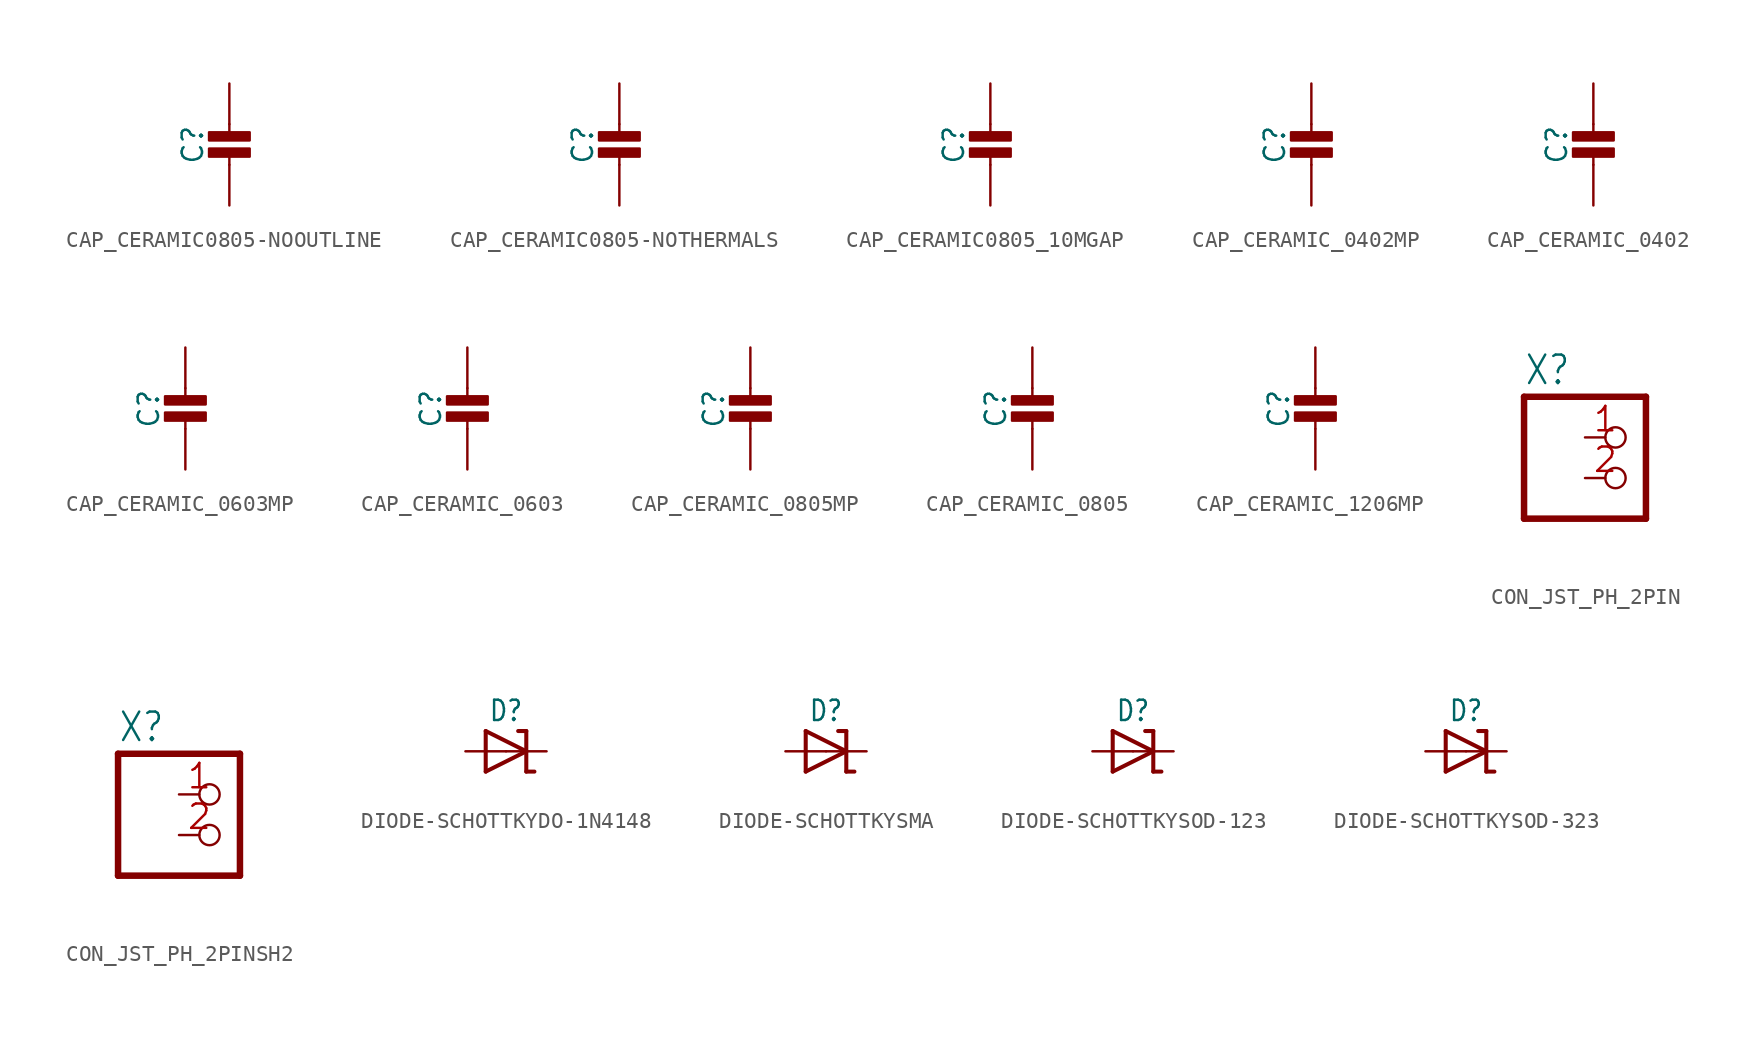
<source format=kicad_sym>
(kicad_symbol_lib
  (version 20241209)
  (generator "kicad_symbol_editor")
  (generator_version "9.0")
  (symbol "CAP_CERAMIC0805-NOOUTLINE"
    (property "Reference" "C"
      (at -2.29 1.25 90)
      (effects (font (size 1.27 1.27))))
    (property "Value" ""
      (at 2.3 1.25 90)
      (effects (font (size 1.27 1.27))))
    (property "ki_locked" ""
      (at 0 0 0)
      (effects (font (size 1.27 1.27))))
    (symbol "CAP_CERAMIC0805-NOOUTLINE_1_0"
      (rectangle (start -1.27 1.524) (end 1.27 2.032) (stroke (width 0) (type default)) (fill (type outline)))
      (rectangle (start -1.27 0.508) (end 1.27 1.016) (stroke (width 0) (type default)) (fill (type outline)))
      (polyline (pts (xy 0 2.54) (xy 0 1.778)) (stroke (width 0.152) (type solid)) (fill (type none)))
      (polyline (pts (xy 0 0.762) (xy 0 0)) (stroke (width 0.152) (type solid)) (fill (type none)))
      (pin passive line (at 0 5.08 270) (length 2.54) (name "1" (effects (font (size 0 0)))) (number "1" (effects (font (size 0 0)))))
      (pin passive line (at 0 -2.54 90) (length 2.54) (name "2" (effects (font (size 0 0)))) (number "2" (effects (font (size 0 0)))))))
  (symbol "CAP_CERAMIC0805-NOTHERMALS"
    (property "Reference" "C"
      (at -2.29 1.25 90)
      (effects (font (size 1.27 1.27))))
    (property "Value" ""
      (at 2.3 1.25 90)
      (effects (font (size 1.27 1.27))))
    (property "ki_locked" ""
      (at 0 0 0)
      (effects (font (size 1.27 1.27))))
    (symbol "CAP_CERAMIC0805-NOTHERMALS_1_0"
      (rectangle (start -1.27 1.524) (end 1.27 2.032) (stroke (width 0) (type default)) (fill (type outline)))
      (rectangle (start -1.27 0.508) (end 1.27 1.016) (stroke (width 0) (type default)) (fill (type outline)))
      (polyline (pts (xy 0 2.54) (xy 0 1.778)) (stroke (width 0.152) (type solid)) (fill (type none)))
      (polyline (pts (xy 0 0.762) (xy 0 0)) (stroke (width 0.152) (type solid)) (fill (type none)))
      (pin passive line (at 0 5.08 270) (length 2.54) (name "1" (effects (font (size 0 0)))) (number "1" (effects (font (size 0 0)))))
      (pin passive line (at 0 -2.54 90) (length 2.54) (name "2" (effects (font (size 0 0)))) (number "2" (effects (font (size 0 0)))))))
  (symbol "CAP_CERAMIC0805_10MGAP"
    (property "Reference" "C"
      (at -2.29 1.25 90)
      (effects (font (size 1.27 1.27))))
    (property "Value" ""
      (at 2.3 1.25 90)
      (effects (font (size 1.27 1.27))))
    (property "ki_locked" ""
      (at 0 0 0)
      (effects (font (size 1.27 1.27))))
    (symbol "CAP_CERAMIC0805_10MGAP_1_0"
      (rectangle (start -1.27 1.524) (end 1.27 2.032) (stroke (width 0) (type default)) (fill (type outline)))
      (rectangle (start -1.27 0.508) (end 1.27 1.016) (stroke (width 0) (type default)) (fill (type outline)))
      (polyline (pts (xy 0 2.54) (xy 0 1.778)) (stroke (width 0.152) (type solid)) (fill (type none)))
      (polyline (pts (xy 0 0.762) (xy 0 0)) (stroke (width 0.152) (type solid)) (fill (type none)))
      (pin passive line (at 0 5.08 270) (length 2.54) (name "1" (effects (font (size 0 0)))) (number "1" (effects (font (size 0 0)))))
      (pin passive line (at 0 -2.54 90) (length 2.54) (name "2" (effects (font (size 0 0)))) (number "2" (effects (font (size 0 0)))))))
  (symbol "CAP_CERAMIC_0402MP"
    (property "Reference" "C"
      (at -2.29 1.25 90)
      (effects (font (size 1.27 1.27))))
    (property "Value" ""
      (at 2.3 1.25 90)
      (effects (font (size 1.27 1.27))))
    (property "ki_locked" ""
      (at 0 0 0)
      (effects (font (size 1.27 1.27))))
    (symbol "CAP_CERAMIC_0402MP_1_0"
      (rectangle (start -1.27 1.524) (end 1.27 2.032) (stroke (width 0) (type default)) (fill (type outline)))
      (rectangle (start -1.27 0.508) (end 1.27 1.016) (stroke (width 0) (type default)) (fill (type outline)))
      (polyline (pts (xy 0 2.54) (xy 0 1.778)) (stroke (width 0.152) (type solid)) (fill (type none)))
      (polyline (pts (xy 0 0.762) (xy 0 0)) (stroke (width 0.152) (type solid)) (fill (type none)))
      (pin passive line (at 0 5.08 270) (length 2.54) (name "1" (effects (font (size 0 0)))) (number "1" (effects (font (size 0 0)))))
      (pin passive line (at 0 -2.54 90) (length 2.54) (name "2" (effects (font (size 0 0)))) (number "2" (effects (font (size 0 0)))))))
  (symbol "CAP_CERAMIC_0402"
    (property "Reference" "C"
      (at -2.29 1.25 90)
      (effects (font (size 1.27 1.27))))
    (property "Value" ""
      (at 2.3 1.25 90)
      (effects (font (size 1.27 1.27))))
    (property "ki_locked" ""
      (at 0 0 0)
      (effects (font (size 1.27 1.27))))
    (symbol "CAP_CERAMIC_0402_1_0"
      (rectangle (start -1.27 1.524) (end 1.27 2.032) (stroke (width 0) (type default)) (fill (type outline)))
      (rectangle (start -1.27 0.508) (end 1.27 1.016) (stroke (width 0) (type default)) (fill (type outline)))
      (polyline (pts (xy 0 2.54) (xy 0 1.778)) (stroke (width 0.152) (type solid)) (fill (type none)))
      (polyline (pts (xy 0 0.762) (xy 0 0)) (stroke (width 0.152) (type solid)) (fill (type none)))
      (pin passive line (at 0 5.08 270) (length 2.54) (name "1" (effects (font (size 0 0)))) (number "1" (effects (font (size 0 0)))))
      (pin passive line (at 0 -2.54 90) (length 2.54) (name "2" (effects (font (size 0 0)))) (number "2" (effects (font (size 0 0)))))))
  (symbol "CAP_CERAMIC_0603MP"
    (property "Reference" "C"
      (at -2.29 1.25 90)
      (effects (font (size 1.27 1.27))))
    (property "Value" ""
      (at 2.3 1.25 90)
      (effects (font (size 1.27 1.27))))
    (property "ki_locked" ""
      (at 0 0 0)
      (effects (font (size 1.27 1.27))))
    (symbol "CAP_CERAMIC_0603MP_1_0"
      (rectangle (start -1.27 1.524) (end 1.27 2.032) (stroke (width 0) (type default)) (fill (type outline)))
      (rectangle (start -1.27 0.508) (end 1.27 1.016) (stroke (width 0) (type default)) (fill (type outline)))
      (polyline (pts (xy 0 2.54) (xy 0 1.778)) (stroke (width 0.152) (type solid)) (fill (type none)))
      (polyline (pts (xy 0 0.762) (xy 0 0)) (stroke (width 0.152) (type solid)) (fill (type none)))
      (pin passive line (at 0 5.08 270) (length 2.54) (name "1" (effects (font (size 0 0)))) (number "1" (effects (font (size 0 0)))))
      (pin passive line (at 0 -2.54 90) (length 2.54) (name "2" (effects (font (size 0 0)))) (number "2" (effects (font (size 0 0)))))))
  (symbol "CAP_CERAMIC_0603"
    (property "Reference" "C"
      (at -2.29 1.25 90)
      (effects (font (size 1.27 1.27))))
    (property "Value" ""
      (at 2.3 1.25 90)
      (effects (font (size 1.27 1.27))))
    (property "ki_locked" ""
      (at 0 0 0)
      (effects (font (size 1.27 1.27))))
    (symbol "CAP_CERAMIC_0603_1_0"
      (rectangle (start -1.27 1.524) (end 1.27 2.032) (stroke (width 0) (type default)) (fill (type outline)))
      (rectangle (start -1.27 0.508) (end 1.27 1.016) (stroke (width 0) (type default)) (fill (type outline)))
      (polyline (pts (xy 0 2.54) (xy 0 1.778)) (stroke (width 0.152) (type solid)) (fill (type none)))
      (polyline (pts (xy 0 0.762) (xy 0 0)) (stroke (width 0.152) (type solid)) (fill (type none)))
      (pin passive line (at 0 5.08 270) (length 2.54) (name "1" (effects (font (size 0 0)))) (number "1" (effects (font (size 0 0)))))
      (pin passive line (at 0 -2.54 90) (length 2.54) (name "2" (effects (font (size 0 0)))) (number "2" (effects (font (size 0 0)))))))
  (symbol "CAP_CERAMIC_0805MP"
    (property "Reference" "C"
      (at -2.29 1.25 90)
      (effects (font (size 1.27 1.27))))
    (property "Value" ""
      (at 2.3 1.25 90)
      (effects (font (size 1.27 1.27))))
    (property "ki_locked" ""
      (at 0 0 0)
      (effects (font (size 1.27 1.27))))
    (symbol "CAP_CERAMIC_0805MP_1_0"
      (rectangle (start -1.27 1.524) (end 1.27 2.032) (stroke (width 0) (type default)) (fill (type outline)))
      (rectangle (start -1.27 0.508) (end 1.27 1.016) (stroke (width 0) (type default)) (fill (type outline)))
      (polyline (pts (xy 0 2.54) (xy 0 1.778)) (stroke (width 0.152) (type solid)) (fill (type none)))
      (polyline (pts (xy 0 0.762) (xy 0 0)) (stroke (width 0.152) (type solid)) (fill (type none)))
      (pin passive line (at 0 5.08 270) (length 2.54) (name "1" (effects (font (size 0 0)))) (number "1" (effects (font (size 0 0)))))
      (pin passive line (at 0 -2.54 90) (length 2.54) (name "2" (effects (font (size 0 0)))) (number "2" (effects (font (size 0 0)))))))
  (symbol "CAP_CERAMIC_0805"
    (property "Reference" "C"
      (at -2.29 1.25 90)
      (effects (font (size 1.27 1.27))))
    (property "Value" ""
      (at 2.3 1.25 90)
      (effects (font (size 1.27 1.27))))
    (property "ki_locked" ""
      (at 0 0 0)
      (effects (font (size 1.27 1.27))))
    (symbol "CAP_CERAMIC_0805_1_0"
      (rectangle (start -1.27 1.524) (end 1.27 2.032) (stroke (width 0) (type default)) (fill (type outline)))
      (rectangle (start -1.27 0.508) (end 1.27 1.016) (stroke (width 0) (type default)) (fill (type outline)))
      (polyline (pts (xy 0 2.54) (xy 0 1.778)) (stroke (width 0.152) (type solid)) (fill (type none)))
      (polyline (pts (xy 0 0.762) (xy 0 0)) (stroke (width 0.152) (type solid)) (fill (type none)))
      (pin passive line (at 0 5.08 270) (length 2.54) (name "1" (effects (font (size 0 0)))) (number "1" (effects (font (size 0 0)))))
      (pin passive line (at 0 -2.54 90) (length 2.54) (name "2" (effects (font (size 0 0)))) (number "2" (effects (font (size 0 0)))))))
  (symbol "CAP_CERAMIC_1206MP"
    (property "Reference" "C"
      (at -2.29 1.25 90)
      (effects (font (size 1.27 1.27))))
    (property "Value" ""
      (at 2.3 1.25 90)
      (effects (font (size 1.27 1.27))))
    (property "ki_locked" ""
      (at 0 0 0)
      (effects (font (size 1.27 1.27))))
    (symbol "CAP_CERAMIC_1206MP_1_0"
      (rectangle (start -1.27 1.524) (end 1.27 2.032) (stroke (width 0) (type default)) (fill (type outline)))
      (rectangle (start -1.27 0.508) (end 1.27 1.016) (stroke (width 0) (type default)) (fill (type outline)))
      (polyline (pts (xy 0 2.54) (xy 0 1.778)) (stroke (width 0.152) (type solid)) (fill (type none)))
      (polyline (pts (xy 0 0.762) (xy 0 0)) (stroke (width 0.152) (type solid)) (fill (type none)))
      (pin passive line (at 0 5.08 270) (length 2.54) (name "1" (effects (font (size 0 0)))) (number "1" (effects (font (size 0 0)))))
      (pin passive line (at 0 -2.54 90) (length 2.54) (name "2" (effects (font (size 0 0)))) (number "2" (effects (font (size 0 0)))))))
  (symbol "CON_JST_PH_2PIN"
    (property "Reference" "X"
      (at -6.35 5.715 0)
      (effects (font (size 1.778 1.511)) (justify left bottom)))
    (property "Value" ""
      (at -6.35 -5.08 0)
      (effects (font (size 1.778 1.511)) (justify left bottom)))
    (property "ki_locked" ""
      (at 0 0 0)
      (effects (font (size 1.27 1.27))))
    (symbol "CON_JST_PH_2PIN_1_0"
      (polyline (pts (xy -6.35 5.08) (xy -6.35 -2.54)) (stroke (width 0.406) (type solid)) (fill (type none)))
      (polyline (pts (xy -6.35 -2.54) (xy 1.27 -2.54)) (stroke (width 0.406) (type solid)) (fill (type none)))
      (polyline (pts (xy 1.27 5.08) (xy -6.35 5.08)) (stroke (width 0.406) (type solid)) (fill (type none)))
      (polyline (pts (xy 1.27 -2.54) (xy 1.27 5.08)) (stroke (width 0.406) (type solid)) (fill (type none)))
      (pin passive inverted (at -2.54 2.54 0) (length 2.54) (name "1" (effects (font (size 0 0)))) (number "1" (effects (font (size 1.524 1.524)))))
      (pin passive inverted (at -2.54 0 0) (length 2.54) (name "2" (effects (font (size 0 0)))) (number "2" (effects (font (size 1.524 1.524)))))))
  (symbol "CON_JST_PH_2PINSH2"
    (property "Reference" "X"
      (at -6.35 5.715 0)
      (effects (font (size 1.778 1.511)) (justify left bottom)))
    (property "Value" ""
      (at -6.35 -5.08 0)
      (effects (font (size 1.778 1.511)) (justify left bottom)))
    (property "ki_locked" ""
      (at 0 0 0)
      (effects (font (size 1.27 1.27))))
    (symbol "CON_JST_PH_2PINSH2_1_0"
      (polyline (pts (xy -6.35 5.08) (xy -6.35 -2.54)) (stroke (width 0.406) (type solid)) (fill (type none)))
      (polyline (pts (xy -6.35 -2.54) (xy 1.27 -2.54)) (stroke (width 0.406) (type solid)) (fill (type none)))
      (polyline (pts (xy 1.27 5.08) (xy -6.35 5.08)) (stroke (width 0.406) (type solid)) (fill (type none)))
      (polyline (pts (xy 1.27 -2.54) (xy 1.27 5.08)) (stroke (width 0.406) (type solid)) (fill (type none)))
      (pin passive inverted (at -2.54 2.54 0) (length 2.54) (name "1" (effects (font (size 0 0)))) (number "1" (effects (font (size 1.524 1.524)))))
      (pin passive inverted (at -2.54 0 0) (length 2.54) (name "2" (effects (font (size 0 0)))) (number "2" (effects (font (size 1.524 1.524)))))))
  (symbol "DIODE-SCHOTTKYDO-1N4148"
    (property "Reference" "D"
      (at 0 2.54 0)
      (effects (font (size 1.27 1.079))))
    (property "Value" ""
      (at 0 -2.5 0)
      (effects (font (size 1.27 1.079))))
    (property "ki_locked" ""
      (at 0 0 0)
      (effects (font (size 1.27 1.27))))
    (symbol "DIODE-SCHOTTKYDO-1N4148_1_0"
      (polyline (pts (xy -1.27 1.27) (xy -1.27 -1.27)) (stroke (width 0.254) (type solid)) (fill (type none)))
      (polyline (pts (xy -1.27 -1.27) (xy 1.27 0)) (stroke (width 0.254) (type solid)) (fill (type none)))
      (polyline (pts (xy 1.27 1.27) (xy 0.762 1.27)) (stroke (width 0.254) (type solid)) (fill (type none)))
      (polyline (pts (xy 1.27 1.27) (xy 1.27 0)) (stroke (width 0.254) (type solid)) (fill (type none)))
      (polyline (pts (xy 1.27 0) (xy -1.27 1.27)) (stroke (width 0.254) (type solid)) (fill (type none)))
      (polyline (pts (xy 1.27 0) (xy 1.27 -1.27)) (stroke (width 0.254) (type solid)) (fill (type none)))
      (polyline (pts (xy 1.27 -1.27) (xy 1.778 -1.27)) (stroke (width 0.254) (type solid)) (fill (type none)))
      (pin passive line (at -2.54 0 0) (length 2.54) (name "A" (effects (font (size 0 0)))) (number "A" (effects (font (size 0 0)))))
      (pin passive line (at 2.54 0 180) (length 2.54) (name "C" (effects (font (size 0 0)))) (number "C" (effects (font (size 0 0)))))))
  (symbol "DIODE-SCHOTTKYSMA"
    (property "Reference" "D"
      (at 0 2.54 0)
      (effects (font (size 1.27 1.079))))
    (property "Value" ""
      (at 0 -2.5 0)
      (effects (font (size 1.27 1.079))))
    (property "ki_locked" ""
      (at 0 0 0)
      (effects (font (size 1.27 1.27))))
    (symbol "DIODE-SCHOTTKYSMA_1_0"
      (polyline (pts (xy -1.27 1.27) (xy -1.27 -1.27)) (stroke (width 0.254) (type solid)) (fill (type none)))
      (polyline (pts (xy -1.27 -1.27) (xy 1.27 0)) (stroke (width 0.254) (type solid)) (fill (type none)))
      (polyline (pts (xy 1.27 1.27) (xy 0.762 1.27)) (stroke (width 0.254) (type solid)) (fill (type none)))
      (polyline (pts (xy 1.27 1.27) (xy 1.27 0)) (stroke (width 0.254) (type solid)) (fill (type none)))
      (polyline (pts (xy 1.27 0) (xy -1.27 1.27)) (stroke (width 0.254) (type solid)) (fill (type none)))
      (polyline (pts (xy 1.27 0) (xy 1.27 -1.27)) (stroke (width 0.254) (type solid)) (fill (type none)))
      (polyline (pts (xy 1.27 -1.27) (xy 1.778 -1.27)) (stroke (width 0.254) (type solid)) (fill (type none)))
      (pin passive line (at -2.54 0 0) (length 2.54) (name "A" (effects (font (size 0 0)))) (number "A" (effects (font (size 0 0)))))
      (pin passive line (at 2.54 0 180) (length 2.54) (name "C" (effects (font (size 0 0)))) (number "C" (effects (font (size 0 0)))))))
  (symbol "DIODE-SCHOTTKYSOD-123"
    (property "Reference" "D"
      (at 0 2.54 0)
      (effects (font (size 1.27 1.079))))
    (property "Value" ""
      (at 0 -2.5 0)
      (effects (font (size 1.27 1.079))))
    (property "ki_locked" ""
      (at 0 0 0)
      (effects (font (size 1.27 1.27))))
    (symbol "DIODE-SCHOTTKYSOD-123_1_0"
      (polyline (pts (xy -1.27 1.27) (xy -1.27 -1.27)) (stroke (width 0.254) (type solid)) (fill (type none)))
      (polyline (pts (xy -1.27 -1.27) (xy 1.27 0)) (stroke (width 0.254) (type solid)) (fill (type none)))
      (polyline (pts (xy 1.27 1.27) (xy 0.762 1.27)) (stroke (width 0.254) (type solid)) (fill (type none)))
      (polyline (pts (xy 1.27 1.27) (xy 1.27 0)) (stroke (width 0.254) (type solid)) (fill (type none)))
      (polyline (pts (xy 1.27 0) (xy -1.27 1.27)) (stroke (width 0.254) (type solid)) (fill (type none)))
      (polyline (pts (xy 1.27 0) (xy 1.27 -1.27)) (stroke (width 0.254) (type solid)) (fill (type none)))
      (polyline (pts (xy 1.27 -1.27) (xy 1.778 -1.27)) (stroke (width 0.254) (type solid)) (fill (type none)))
      (pin passive line (at -2.54 0 0) (length 2.54) (name "A" (effects (font (size 0 0)))) (number "A" (effects (font (size 0 0)))))
      (pin passive line (at 2.54 0 180) (length 2.54) (name "C" (effects (font (size 0 0)))) (number "C" (effects (font (size 0 0)))))))
  (symbol "DIODE-SCHOTTKYSOD-323"
    (property "Reference" "D"
      (at 0 2.54 0)
      (effects (font (size 1.27 1.079))))
    (property "Value" ""
      (at 0 -2.5 0)
      (effects (font (size 1.27 1.079))))
    (property "ki_locked" ""
      (at 0 0 0)
      (effects (font (size 1.27 1.27))))
    (symbol "DIODE-SCHOTTKYSOD-323_1_0"
      (polyline (pts (xy -1.27 1.27) (xy -1.27 -1.27)) (stroke (width 0.254) (type solid)) (fill (type none)))
      (polyline (pts (xy -1.27 -1.27) (xy 1.27 0)) (stroke (width 0.254) (type solid)) (fill (type none)))
      (polyline (pts (xy 1.27 1.27) (xy 0.762 1.27)) (stroke (width 0.254) (type solid)) (fill (type none)))
      (polyline (pts (xy 1.27 1.27) (xy 1.27 0)) (stroke (width 0.254) (type solid)) (fill (type none)))
      (polyline (pts (xy 1.27 0) (xy -1.27 1.27)) (stroke (width 0.254) (type solid)) (fill (type none)))
      (polyline (pts (xy 1.27 0) (xy 1.27 -1.27)) (stroke (width 0.254) (type solid)) (fill (type none)))
      (polyline (pts (xy 1.27 -1.27) (xy 1.778 -1.27)) (stroke (width 0.254) (type solid)) (fill (type none)))
      (pin passive line (at -2.54 0 0) (length 2.54) (name "A" (effects (font (size 0 0)))) (number "A" (effects (font (size 0 0)))))
      (pin passive line (at 2.54 0 180) (length 2.54) (name "C" (effects (font (size 0 0)))) (number "C" (effects (font (size 0 0))))))))
</source>
